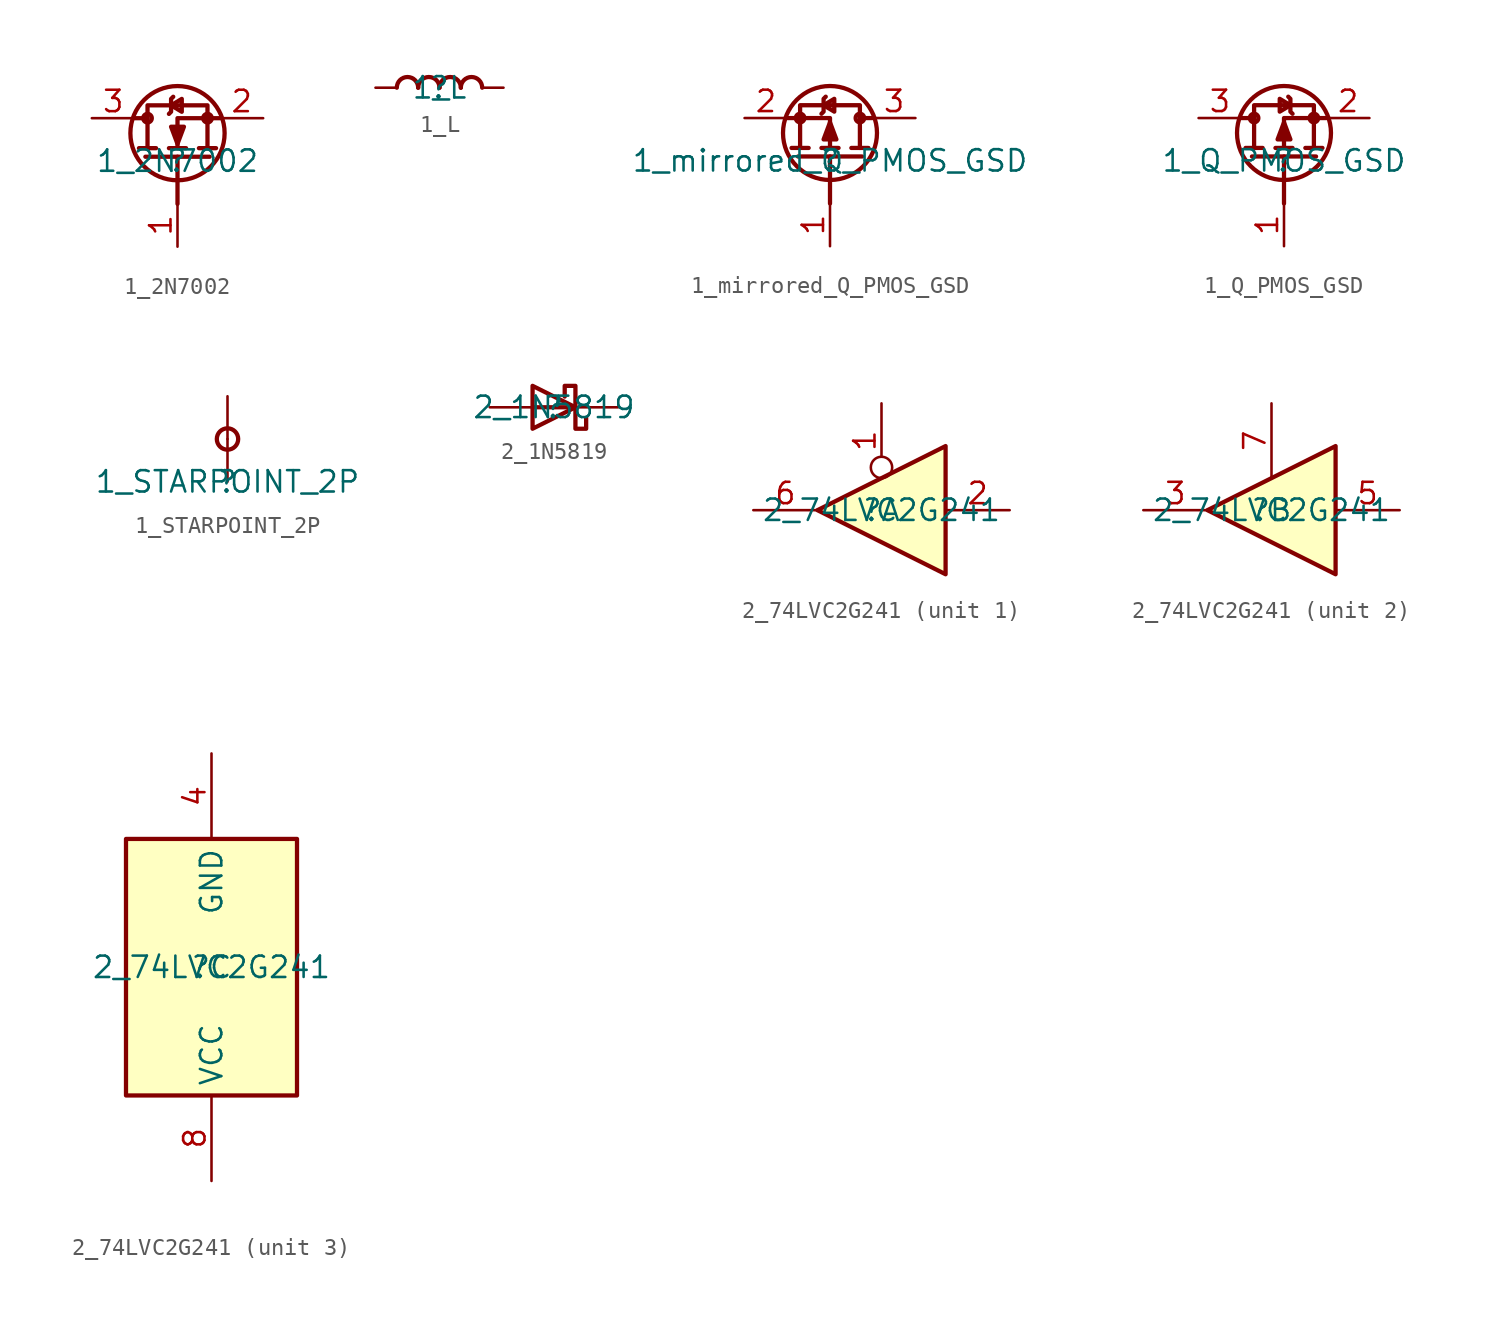
<source format=kicad_sym>
(kicad_symbol_lib
  (version 20211014)
  (generator kicad_symbol_editor)
  (symbol "1_2N7002"
    (property "Reference" ""
      (at 0 0 0)
      (effects (font (size 1.27 1.27))))
    (property "Value" "1_2N7002"
      (at 0 0 0)
      (effects (font (size 1.27 1.27))))
    (symbol "1_2N7002_1_0"
      (circle (center -1.778 2.54) (radius 0.254) (stroke (width 0.254) (type default) (color 0 0 0 0)) (fill (type none)))
      (polyline (pts (xy -2.54 2.54) (xy -1.778 2.54)) (stroke (width 0.254) (type default) (color 0 0 0 0)) (fill (type none)))
      (polyline (pts (xy -2.286 0.762) (xy -1.27 0.762)) (stroke (width 0.254) (type default) (color 0 0 0 0)) (fill (type none)))
      (polyline (pts (xy -1.905 0.254) (xy 1.905 0.254)) (stroke (width 0.254) (type default) (color 0 0 0 0)) (fill (type none)))
      (polyline (pts (xy -0.508 0.762) (xy 0.508 0.762)) (stroke (width 0.254) (type default) (color 0 0 0 0)) (fill (type none)))
      (polyline (pts (xy 0 0.254) (xy 0 -2.54)) (stroke (width 0.254) (type default) (color 0 0 0 0)) (fill (type none)))
      (polyline (pts (xy 1.27 0.762) (xy 2.286 0.762)) (stroke (width 0.254) (type default) (color 0 0 0 0)) (fill (type none)))
      (polyline (pts (xy 2.54 2.54) (xy 0 2.54) (xy 0 0.762)) (stroke (width 0.254) (type default) (color 0 0 0 0)) (fill (type none)))
      (polyline (pts (xy -0.508 2.794) (xy -0.381 2.921) (xy -0.381 3.683) (xy -0.254 3.81)) (stroke (width 0.254) (type default) (color 0 0 0 0)) (fill (type none)))
      (polyline (pts (xy -0.381 3.302) (xy 0.254 2.921) (xy 0.254 3.683) (xy -0.381 3.302)) (stroke (width 0.254) (type default) (color 0 0 0 0)) (fill (type none)))
      (polyline (pts (xy 1.778 0.762) (xy 1.778 3.302) (xy -1.778 3.302) (xy -1.778 0.762)) (stroke (width 0.254) (type default) (color 0 0 0 0)) (fill (type none)))
      (polyline (pts (xy 0 1.016) (xy -0.381 2.032) (xy 0.381 2.032) (xy 0 1.016) (xy 0 1.016)) (stroke (width 0.254) (type default) (color 0 0 0 0)) (fill (type outline)))
      (circle (center 0 1.651) (radius 2.794) (stroke (width 0.254) (type default) (color 0 0 0 0)) (fill (type none)))
      (circle (center 1.778 2.54) (radius 0.254) (stroke (width 0.254) (type default) (color 0 0 0 0)) (fill (type none)))
      (pin passive line (at 0 -5.08 90) (length 2.54) (name "G" (effects (font (size 0 0)))) (number "1" (effects (font (size 1.27 1.27)))))
      (pin passive line (at 5.08 2.54 180) (length 2.54) (name "S" (effects (font (size 0 0)))) (number "2" (effects (font (size 1.27 1.27)))))
      (pin passive line (at -5.08 2.54 0) (length 2.54) (name "D" (effects (font (size 0 0)))) (number "3" (effects (font (size 1.27 1.27)))))))
  (symbol "1_L"
    (property "Reference" ""
      (at 0 0 0)
      (effects (font (size 1.27 1.27))))
    (property "Value" "1_L"
      (at 0 0 0)
      (effects (font (size 1.27 1.27))))
    (symbol "1_L_1_0"
      (arc (start -1.27 0.0011) (mid -1.905 0.635) (end -2.54 0.0011) (stroke (width 0.254) (type default) (color 0 0 0 0)) (fill (type none)))
      (arc (start 0 0.0011) (mid -0.635 0.635) (end -1.27 0.0011) (stroke (width 0.254) (type default) (color 0 0 0 0)) (fill (type none)))
      (arc (start 1.27 0.0011) (mid 0.635 0.635) (end 0 0.0011) (stroke (width 0.254) (type default) (color 0 0 0 0)) (fill (type none)))
      (arc (start 2.54 0.0011) (mid 1.905 0.635) (end 1.27 0.0011) (stroke (width 0.254) (type default) (color 0 0 0 0)) (fill (type none)))
      (pin passive line (at -3.81 0 0) (length 1.27) (name "1" (effects (font (size 0 0)))) (number "1" (effects (font (size 0 0)))))
      (pin passive line (at 3.81 0 180) (length 1.27) (name "2" (effects (font (size 0 0)))) (number "2" (effects (font (size 0 0)))))))
  (symbol "1_mirrored_Q_PMOS_GSD"
    (property "Reference" ""
      (at 0 0 0)
      (effects (font (size 1.27 1.27))))
    (property "Value" "1_mirrored_Q_PMOS_GSD"
      (at 0 0 0)
      (effects (font (size 1.27 1.27))))
    (symbol "1_mirrored_Q_PMOS_GSD_1_0"
      (circle (center -1.778 2.54) (radius 0.254) (stroke (width 0.254) (type default) (color 0 0 0 0)) (fill (type none)))
      (polyline (pts (xy -1.27 0.762) (xy -2.286 0.762)) (stroke (width 0.254) (type default) (color 0 0 0 0)) (fill (type none)))
      (polyline (pts (xy 0 0.254) (xy 0 -2.54)) (stroke (width 0.254) (type default) (color 0 0 0 0)) (fill (type none)))
      (polyline (pts (xy 0.508 0.762) (xy -0.508 0.762)) (stroke (width 0.254) (type default) (color 0 0 0 0)) (fill (type none)))
      (polyline (pts (xy 1.905 0.254) (xy -1.905 0.254)) (stroke (width 0.254) (type default) (color 0 0 0 0)) (fill (type none)))
      (polyline (pts (xy 2.286 0.762) (xy 1.27 0.762)) (stroke (width 0.254) (type default) (color 0 0 0 0)) (fill (type none)))
      (polyline (pts (xy 2.54 2.54) (xy 1.778 2.54)) (stroke (width 0.254) (type default) (color 0 0 0 0)) (fill (type none)))
      (polyline (pts (xy -2.54 2.54) (xy 0 2.54) (xy 0 0.762)) (stroke (width 0.254) (type default) (color 0 0 0 0)) (fill (type none)))
      (polyline (pts (xy -0.508 2.794) (xy -0.381 2.921) (xy -0.381 3.683) (xy -0.254 3.81)) (stroke (width 0.254) (type default) (color 0 0 0 0)) (fill (type none)))
      (polyline (pts (xy -0.381 3.302) (xy 0.254 2.921) (xy 0.254 3.683) (xy -0.381 3.302)) (stroke (width 0.254) (type default) (color 0 0 0 0)) (fill (type none)))
      (polyline (pts (xy 1.778 0.762) (xy 1.778 3.302) (xy -1.778 3.302) (xy -1.778 0.762)) (stroke (width 0.254) (type default) (color 0 0 0 0)) (fill (type none)))
      (polyline (pts (xy 0 2.286) (xy 0.381 1.27) (xy -0.381 1.27) (xy 0 2.286) (xy 0 2.286)) (stroke (width 0.254) (type default) (color 0 0 0 0)) (fill (type outline)))
      (circle (center 0 1.651) (radius 2.794) (stroke (width 0.254) (type default) (color 0 0 0 0)) (fill (type none)))
      (circle (center 1.778 2.54) (radius 0.254) (stroke (width 0.254) (type default) (color 0 0 0 0)) (fill (type none)))
      (pin passive line (at 0 -5.08 90) (length 2.54) (name "G" (effects (font (size 0 0)))) (number "1" (effects (font (size 1.27 1.27)))))
      (pin passive line (at -5.08 2.54 0) (length 2.54) (name "S" (effects (font (size 0 0)))) (number "2" (effects (font (size 1.27 1.27)))))
      (pin passive line (at 5.08 2.54 180) (length 2.54) (name "D" (effects (font (size 0 0)))) (number "3" (effects (font (size 1.27 1.27)))))))
  (symbol "1_Q_PMOS_GSD"
    (property "Reference" ""
      (at 0 0 0)
      (effects (font (size 1.27 1.27))))
    (property "Value" "1_Q_PMOS_GSD"
      (at 0 0 0)
      (effects (font (size 1.27 1.27))))
    (symbol "1_Q_PMOS_GSD_1_0"
      (circle (center -1.778 2.54) (radius 0.254) (stroke (width 0.254) (type default) (color 0 0 0 0)) (fill (type none)))
      (polyline (pts (xy -2.54 2.54) (xy -1.778 2.54)) (stroke (width 0.254) (type default) (color 0 0 0 0)) (fill (type none)))
      (polyline (pts (xy -2.286 0.762) (xy -1.27 0.762)) (stroke (width 0.254) (type default) (color 0 0 0 0)) (fill (type none)))
      (polyline (pts (xy -1.905 0.254) (xy 1.905 0.254)) (stroke (width 0.254) (type default) (color 0 0 0 0)) (fill (type none)))
      (polyline (pts (xy -0.508 0.762) (xy 0.508 0.762)) (stroke (width 0.254) (type default) (color 0 0 0 0)) (fill (type none)))
      (polyline (pts (xy 0 0.254) (xy 0 -2.54)) (stroke (width 0.254) (type default) (color 0 0 0 0)) (fill (type none)))
      (polyline (pts (xy 1.27 0.762) (xy 2.286 0.762)) (stroke (width 0.254) (type default) (color 0 0 0 0)) (fill (type none)))
      (polyline (pts (xy 2.54 2.54) (xy 0 2.54) (xy 0 0.762)) (stroke (width 0.254) (type default) (color 0 0 0 0)) (fill (type none)))
      (polyline (pts (xy -1.778 0.762) (xy -1.778 3.302) (xy 1.778 3.302) (xy 1.778 0.762)) (stroke (width 0.254) (type default) (color 0 0 0 0)) (fill (type none)))
      (polyline (pts (xy 0.381 3.302) (xy -0.254 2.921) (xy -0.254 3.683) (xy 0.381 3.302)) (stroke (width 0.254) (type default) (color 0 0 0 0)) (fill (type none)))
      (polyline (pts (xy 0.508 2.794) (xy 0.381 2.921) (xy 0.381 3.683) (xy 0.254 3.81)) (stroke (width 0.254) (type default) (color 0 0 0 0)) (fill (type none)))
      (polyline (pts (xy 0 2.286) (xy -0.381 1.27) (xy 0.381 1.27) (xy 0 2.286) (xy 0 2.286)) (stroke (width 0.254) (type default) (color 0 0 0 0)) (fill (type outline)))
      (circle (center 0 1.651) (radius 2.794) (stroke (width 0.254) (type default) (color 0 0 0 0)) (fill (type none)))
      (circle (center 1.778 2.54) (radius 0.254) (stroke (width 0.254) (type default) (color 0 0 0 0)) (fill (type none)))
      (pin passive line (at 0 -5.08 90) (length 2.54) (name "G" (effects (font (size 0 0)))) (number "1" (effects (font (size 1.27 1.27)))))
      (pin passive line (at 5.08 2.54 180) (length 2.54) (name "S" (effects (font (size 0 0)))) (number "2" (effects (font (size 1.27 1.27)))))
      (pin passive line (at -5.08 2.54 0) (length 2.54) (name "D" (effects (font (size 0 0)))) (number "3" (effects (font (size 1.27 1.27)))))))
  (symbol "1_STARPOINT_2P"
    (property "Reference" ""
      (at 0 0 0)
      (effects (font (size 1.27 1.27))))
    (property "Value" "1_STARPOINT_2P"
      (at 0 0 0)
      (effects (font (size 1.27 1.27))))
    (symbol "1_STARPOINT_2P_1_0"
      (circle (center 0 2.54) (radius 0.635) (stroke (width 0.254) (type default) (color 0 0 0 0)) (fill (type none)))
      (pin passive line (at 0 0 90) (length 2.54) (name "1" (effects (font (size 0 0)))) (number "1" (effects (font (size 0 0)))))
      (pin passive line (at 0 5.08 270) (length 2.54) (name "2" (effects (font (size 0 0)))) (number "2" (effects (font (size 0 0)))))))
  (symbol "2_1N5819"
    (property "Reference" ""
      (at 0 0 0)
      (effects (font (size 1.27 1.27))))
    (property "Value" "2_1N5819"
      (at 0 0 0)
      (effects (font (size 1.27 1.27))))
    (symbol "2_1N5819_1_0"
      (polyline (pts (xy -1.27 0) (xy 1.27 0)) (stroke (width 0.254) (type default) (color 0 0 0 0)) (fill (type none)))
      (polyline (pts (xy -1.27 -1.27) (xy -1.27 1.27) (xy 1.27 0) (xy -1.27 -1.27)) (stroke (width 0.254) (type default) (color 0 0 0 0)) (fill (type none)))
      (polyline (pts (xy 1.905 -0.635) (xy 1.905 -1.27) (xy 1.27 -1.27) (xy 1.27 1.27) (xy 0.635 1.27) (xy 0.635 0.635)) (stroke (width 0.254) (type default) (color 0 0 0 0)) (fill (type none)))
      (pin passive line (at -3.81 0 0) (length 2.54) (name "A" (effects (font (size 0 0)))) (number "A" (effects (font (size 0 0)))))
      (pin passive line (at 3.81 0 180) (length 2.54) (name "K" (effects (font (size 0 0)))) (number "K" (effects (font (size 0 0)))))))
  (symbol "2_74LVC2G241"
    (property "Reference" ""
      (at 0 0 0)
      (effects (font (size 1.27 1.27))))
    (property "Value" "2_74LVC2G241"
      (at 0 0 0)
      (effects (font (size 1.27 1.27))))
    (symbol "2_74LVC2G241_1_0"
      (polyline (pts (xy 3.81 -3.81) (xy 3.81 3.81) (xy -3.81 0) (xy 3.81 -3.81) (xy 3.81 -3.81)) (stroke (width 0.254) (type default) (color 0 0 0 0)) (fill (type background)))
      (pin passive inverted (at 0 6.35 270) (length 4.445) (name "1" (effects (font (size 0 0)))) (number "1" (effects (font (size 1.27 1.27)))))
      (pin passive line (at 7.62 0 180) (length 3.81) (name "2" (effects (font (size 0 0)))) (number "2" (effects (font (size 1.27 1.27)))))
      (pin passive line (at -7.62 0 0) (length 3.81) (name "6" (effects (font (size 0 0)))) (number "6" (effects (font (size 1.27 1.27))))))
    (symbol "2_74LVC2G241_2_0"
      (polyline (pts (xy 3.81 -3.81) (xy 3.81 3.81) (xy -3.81 0) (xy 3.81 -3.81) (xy 3.81 -3.81)) (stroke (width 0.254) (type default) (color 0 0 0 0)) (fill (type background)))
      (pin passive line (at -7.62 0 0) (length 3.81) (name "3" (effects (font (size 0 0)))) (number "3" (effects (font (size 1.27 1.27)))))
      (pin passive line (at 7.62 0 180) (length 3.81) (name "5" (effects (font (size 0 0)))) (number "5" (effects (font (size 1.27 1.27)))))
      (pin passive line (at 0 6.35 270) (length 4.445) (name "7" (effects (font (size 0 0)))) (number "7" (effects (font (size 1.27 1.27))))))
    (symbol "2_74LVC2G241_3_0"
      (rectangle (start 5.08 7.62) (end -5.08 -7.62) (stroke (width 0.254) (type default) (color 0 0 0 0)) (fill (type background)))
      (pin passive line (at 0 12.7 270) (length 5.08) (name "GND" (effects (font (size 1.27 1.27)))) (number "4" (effects (font (size 1.27 1.27)))))
      (pin passive line (at 0 -12.7 90) (length 5.08) (name "VCC" (effects (font (size 1.27 1.27)))) (number "8" (effects (font (size 1.27 1.27))))))))
</source>
